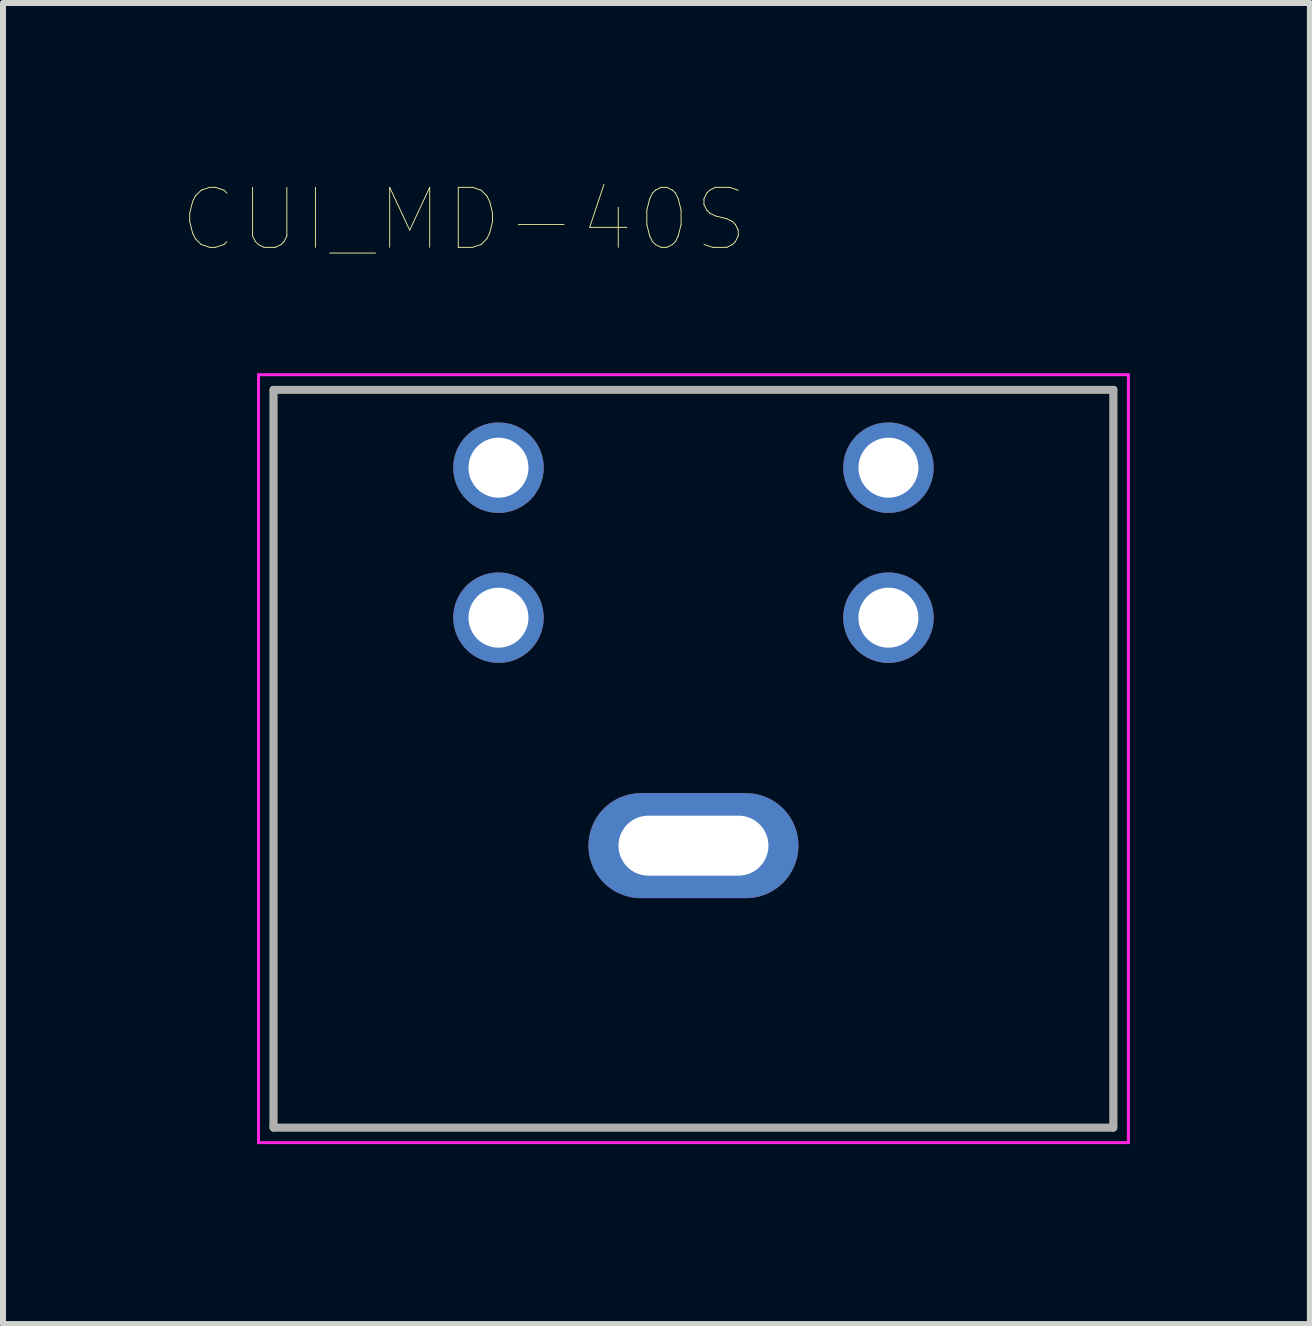
<source format=kicad_pcb>
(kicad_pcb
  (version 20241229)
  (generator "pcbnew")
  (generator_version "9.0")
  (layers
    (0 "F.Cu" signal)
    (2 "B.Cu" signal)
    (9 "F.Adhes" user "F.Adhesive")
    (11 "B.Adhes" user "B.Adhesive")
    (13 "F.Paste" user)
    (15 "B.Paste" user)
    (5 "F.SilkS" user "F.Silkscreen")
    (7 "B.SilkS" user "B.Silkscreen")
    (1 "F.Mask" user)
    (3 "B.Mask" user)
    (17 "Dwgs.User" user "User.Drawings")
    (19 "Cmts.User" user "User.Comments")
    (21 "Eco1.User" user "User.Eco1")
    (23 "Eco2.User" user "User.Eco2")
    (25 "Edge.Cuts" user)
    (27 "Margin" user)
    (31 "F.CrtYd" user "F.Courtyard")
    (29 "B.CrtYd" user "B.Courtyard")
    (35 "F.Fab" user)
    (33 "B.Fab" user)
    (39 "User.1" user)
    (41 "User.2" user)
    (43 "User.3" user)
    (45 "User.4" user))
  (footprint "CUI_MD-40S"
    (layer "F.Cu")
    (at 8.509 9.596)
    (property "Reference" "CUI_MD-40S" (at -3.825 -8.985 0) (layer "F.SilkS") (effects (font (size 1 1) (thickness 0.015))))
    (attr through_hole)
    (fp_line (start -7 -6.15) (end 7 -6.15) (stroke (width 0.127) (type solid)) (layer "F.SilkS"))
    (fp_line (start -7 6.15) (end -7 -6.15) (stroke (width 0.127) (type solid)) (layer "F.SilkS"))
    (fp_line (start 7 6.15) (end -7 6.15) (stroke (width 0.127) (type solid)) (layer "F.SilkS"))
    (fp_line (start 7 6.15) (end 7 -6.15) (stroke (width 0.127) (type solid)) (layer "F.SilkS"))
    (fp_line (start -7.25 -6.4) (end 7.25 -6.4) (stroke (width 0.05) (type solid)) (layer "F.CrtYd"))
    (fp_line (start -7.25 6.4) (end -7.25 -6.4) (stroke (width 0.05) (type solid)) (layer "F.CrtYd"))
    (fp_line (start 7.25 -6.4) (end 7.25 6.4) (stroke (width 0.05) (type solid)) (layer "F.CrtYd"))
    (fp_line (start 7.25 6.4) (end -7.25 6.4) (stroke (width 0.05) (type solid)) (layer "F.CrtYd"))
    (fp_line (start -7 -6.15) (end 7 -6.15) (stroke (width 0.127) (type solid)) (layer "F.Fab"))
    (fp_line (start -7 6.15) (end -7 -6.15) (stroke (width 0.127) (type solid)) (layer "F.Fab"))
    (fp_line (start 7 -6.15) (end 7 6.15) (stroke (width 0.127) (type solid)) (layer "F.Fab"))
    (fp_line (start 7 6.15) (end -7 6.15) (stroke (width 0.127) (type solid)) (layer "F.Fab"))
    (pad "3" thru_hole circle (at -3.25 -2.35) (size 1.508 1.508) (drill 1) (layers "*.Cu" "*.Mask"))
    (pad "5" thru_hole circle (at 3.25 -2.35) (size 1.508 1.508) (drill 1) (layers "*.Cu" "*.Mask"))
    (pad "6" thru_hole circle (at 3.25 -4.85) (size 1.508 1.508) (drill 1) (layers "*.Cu" "*.Mask"))
    (pad "8" thru_hole circle (at -3.25 -4.85) (size 1.508 1.508) (drill 1) (layers "*.Cu" "*.Mask"))
    (pad "S1" thru_hole oval (at 0 1.45) (size 3.5 1.75) (drill oval 2.5 1) (layers "*.Cu" "*.Mask")))
  (gr_rect
    (start -3 -3)
    (end 18.784 19.021)
    (stroke (width 0.1) (type default))
    (fill no)
    (layer "Edge.Cuts")))
</source>
